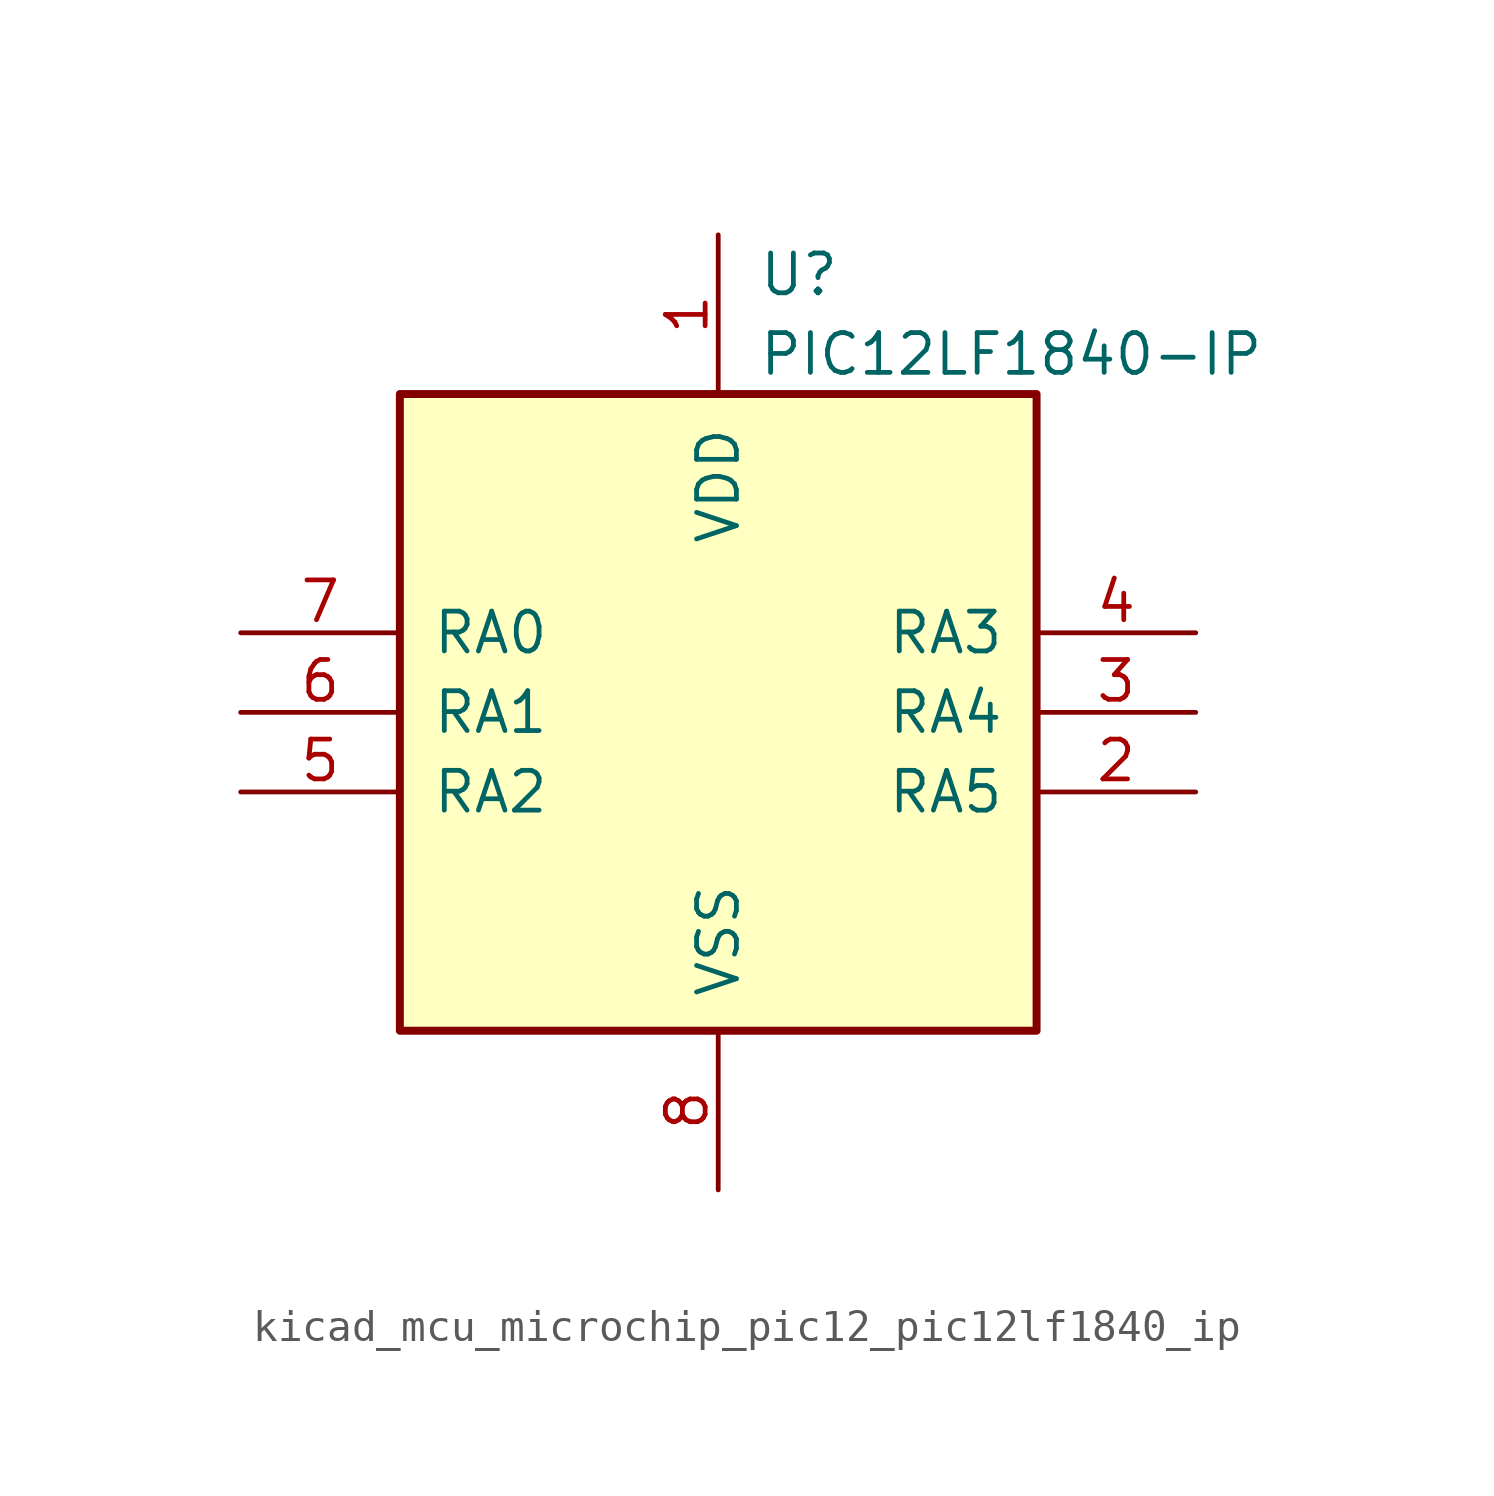
<source format=kicad_sym>
(kicad_symbol_lib
  (version 20220914)
  (generator kicad_symbol_editor)
  (symbol "kicad_mcu_microchip_pic12_pic12lf1840_ip"
    (pin_names
      (offset 1.016))
    (property "Reference" "U"
      (at 1.27 13.97 0)
      (effects (font (size 1.27 1.27)) (justify left)))
    (property "Value" "PIC12LF1840-IP"
      (at 1.27 11.43 0)
      (effects (font (size 1.27 1.27)) (justify left)))
    (symbol "kicad_mcu_microchip_pic12_pic12lf1840_ip_0_1"
      (rectangle (start 10.16 -10.16) (end -10.16 10.16) (stroke (width 0.254) (type default)) (fill (type background))))
    (symbol "kicad_mcu_microchip_pic12_pic12lf1840_ip_1_1"
      (pin power_in line (at 0 15.24 270) (length 5.08) (name "VDD" (effects (font (size 1.27 1.27)))) (number "1" (effects (font (size 1.27 1.27)))))
      (pin bidirectional line (at 15.24 -2.54 180) (length 5.08) (name "RA5" (effects (font (size 1.27 1.27)))) (number "2" (effects (font (size 1.27 1.27)))))
      (pin bidirectional line (at 15.24 0 180) (length 5.08) (name "RA4" (effects (font (size 1.27 1.27)))) (number "3" (effects (font (size 1.27 1.27)))))
      (pin input line (at 15.24 2.54 180) (length 5.08) (name "RA3" (effects (font (size 1.27 1.27)))) (number "4" (effects (font (size 1.27 1.27)))))
      (pin bidirectional line (at -15.24 -2.54 0) (length 5.08) (name "RA2" (effects (font (size 1.27 1.27)))) (number "5" (effects (font (size 1.27 1.27)))))
      (pin bidirectional line (at -15.24 0 0) (length 5.08) (name "RA1" (effects (font (size 1.27 1.27)))) (number "6" (effects (font (size 1.27 1.27)))))
      (pin bidirectional line (at -15.24 2.54 0) (length 5.08) (name "RA0" (effects (font (size 1.27 1.27)))) (number "7" (effects (font (size 1.27 1.27)))))
      (pin power_in line (at 0 -15.24 90) (length 5.08) (name "VSS" (effects (font (size 1.27 1.27)))) (number "8" (effects (font (size 1.27 1.27))))))))
</source>
